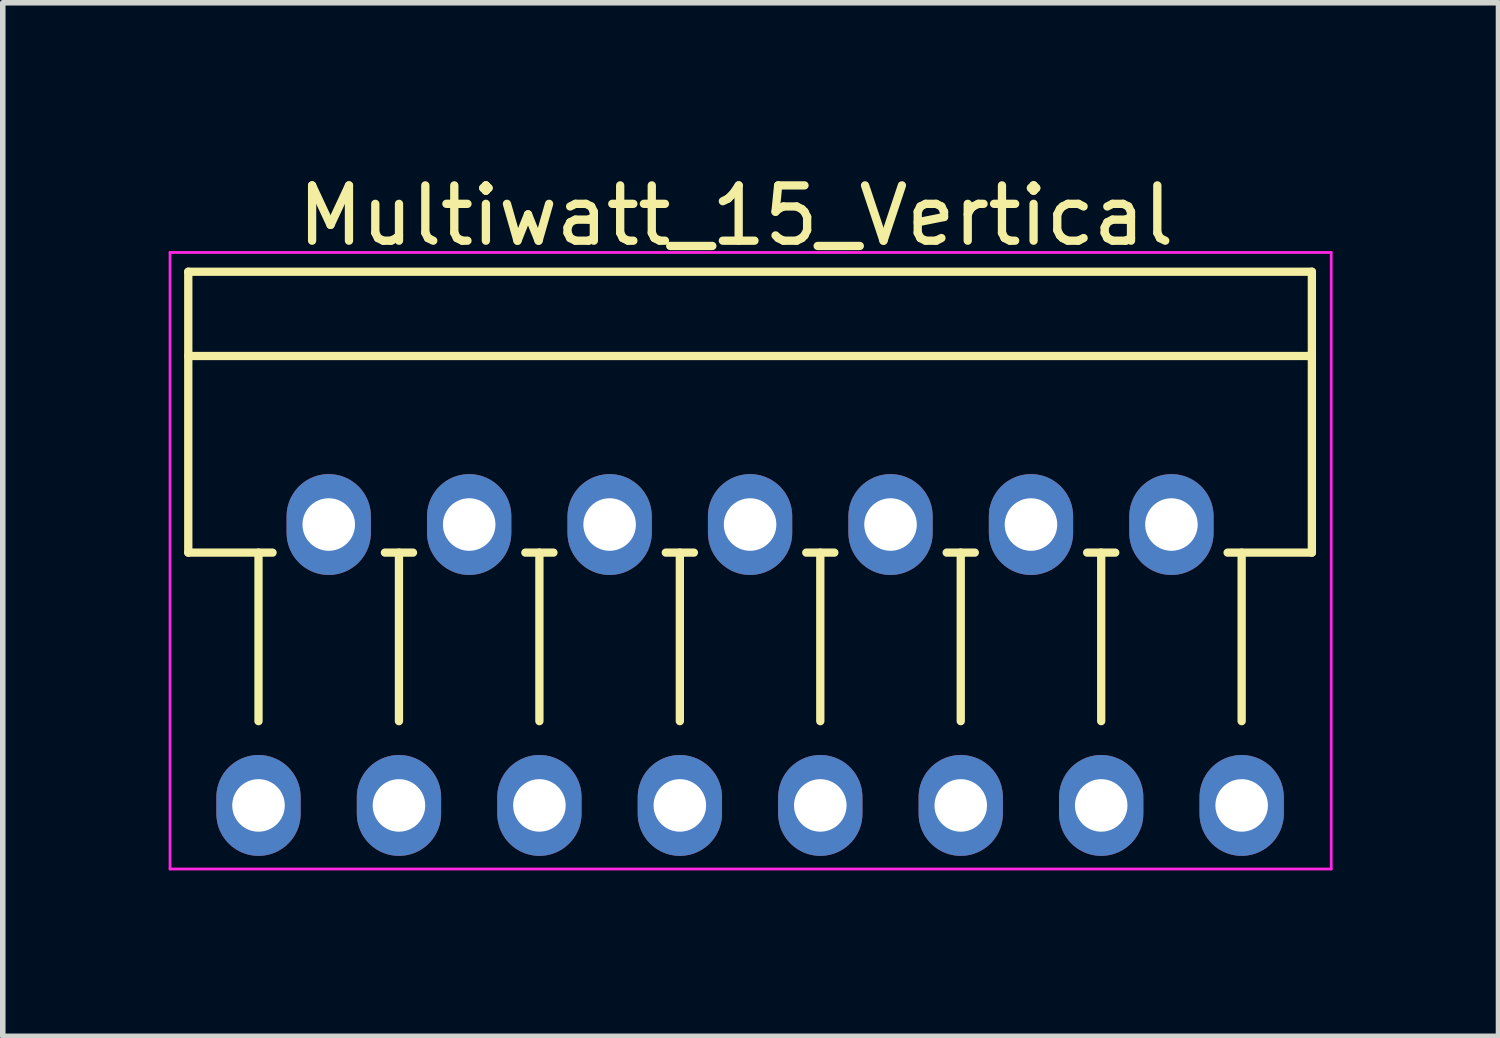
<source format=kicad_pcb>
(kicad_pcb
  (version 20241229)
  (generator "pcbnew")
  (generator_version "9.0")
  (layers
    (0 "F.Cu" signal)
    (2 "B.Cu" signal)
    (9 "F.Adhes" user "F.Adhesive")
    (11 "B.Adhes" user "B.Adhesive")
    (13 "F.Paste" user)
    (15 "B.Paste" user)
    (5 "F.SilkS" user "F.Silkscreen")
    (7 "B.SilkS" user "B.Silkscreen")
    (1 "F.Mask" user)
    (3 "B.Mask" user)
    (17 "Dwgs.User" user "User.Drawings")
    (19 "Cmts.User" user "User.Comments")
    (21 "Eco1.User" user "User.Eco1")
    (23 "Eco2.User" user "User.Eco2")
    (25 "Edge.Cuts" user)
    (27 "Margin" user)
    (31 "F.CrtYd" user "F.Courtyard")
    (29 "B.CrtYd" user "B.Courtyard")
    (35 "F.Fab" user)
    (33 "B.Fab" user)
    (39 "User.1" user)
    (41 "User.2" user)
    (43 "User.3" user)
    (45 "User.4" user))
  (footprint "Multiwatt_15_Vertical"
    (layer "F.Cu")
    (at 1.625 11.516)
    (property "Reference" "Multiwatt_15_Vertical" (at 8.636 -10.668 0) (layer "F.SilkS") (effects (font (size 1 1) (thickness 0.15))))
    (attr through_hole)
    (fp_line (start -1.27 -9.652) (end -1.27 -4.572) (stroke (width 0.15) (type solid)) (layer "F.SilkS"))
    (fp_line (start -1.27 -9.652) (end 19.05 -9.652) (stroke (width 0.15) (type solid)) (layer "F.SilkS"))
    (fp_line (start -1.27 -4.572) (end 0.254 -4.572) (stroke (width 0.15) (type solid)) (layer "F.SilkS"))
    (fp_line (start 0 -1.524) (end 0 -4.572) (stroke (width 0.15) (type solid)) (layer "F.SilkS"))
    (fp_line (start 2.54 -1.524) (end 2.54 -4.572) (stroke (width 0.15) (type solid)) (layer "F.SilkS"))
    (fp_line (start 2.794 -4.572) (end 2.286 -4.572) (stroke (width 0.15) (type solid)) (layer "F.SilkS"))
    (fp_line (start 5.08 -1.524) (end 5.08 -4.572) (stroke (width 0.15) (type solid)) (layer "F.SilkS"))
    (fp_line (start 5.334 -4.572) (end 4.826 -4.572) (stroke (width 0.15) (type solid)) (layer "F.SilkS"))
    (fp_line (start 7.62 -1.524) (end 7.62 -4.572) (stroke (width 0.15) (type solid)) (layer "F.SilkS"))
    (fp_line (start 7.874 -4.572) (end 7.366 -4.572) (stroke (width 0.15) (type solid)) (layer "F.SilkS"))
    (fp_line (start 10.16 -1.524) (end 10.16 -4.572) (stroke (width 0.15) (type solid)) (layer "F.SilkS"))
    (fp_line (start 10.414 -4.572) (end 9.906 -4.572) (stroke (width 0.15) (type solid)) (layer "F.SilkS"))
    (fp_line (start 12.7 -1.524) (end 12.7 -4.572) (stroke (width 0.15) (type solid)) (layer "F.SilkS"))
    (fp_line (start 12.954 -4.572) (end 12.446 -4.572) (stroke (width 0.15) (type solid)) (layer "F.SilkS"))
    (fp_line (start 15.24 -1.524) (end 15.24 -4.572) (stroke (width 0.15) (type solid)) (layer "F.SilkS"))
    (fp_line (start 15.494 -4.572) (end 14.986 -4.572) (stroke (width 0.15) (type solid)) (layer "F.SilkS"))
    (fp_line (start 17.78 -1.524) (end 17.78 -4.572) (stroke (width 0.15) (type solid)) (layer "F.SilkS"))
    (fp_line (start 19.05 -9.652) (end 19.05 -4.572) (stroke (width 0.15) (type solid)) (layer "F.SilkS"))
    (fp_line (start 19.05 -8.128) (end -1.27 -8.128) (stroke (width 0.15) (type solid)) (layer "F.SilkS"))
    (fp_line (start 19.05 -4.572) (end 17.526 -4.572) (stroke (width 0.15) (type solid)) (layer "F.SilkS"))
    (fp_line (start -1.6 -10) (end 19.4 -10) (stroke (width 0.05) (type solid)) (layer "F.CrtYd"))
    (fp_line (start -1.6 1.15) (end -1.6 -10) (stroke (width 0.05) (type solid)) (layer "F.CrtYd"))
    (fp_line (start 19.4 -10) (end 19.4 1.15) (stroke (width 0.05) (type solid)) (layer "F.CrtYd"))
    (fp_line (start 19.4 1.15) (end -1.6 1.15) (stroke (width 0.05) (type solid)) (layer "F.CrtYd"))
    (pad "1" thru_hole oval (at 0 0) (size 1.524 1.824) (drill 0.95) (layers "*.Cu" "*.Mask"))
    (pad "2" thru_hole oval (at 1.27 -5.08) (size 1.524 1.824) (drill 0.95) (layers "*.Cu" "*.Mask"))
    (pad "3" thru_hole oval (at 2.54 0) (size 1.524 1.824) (drill 0.95) (layers "*.Cu" "*.Mask"))
    (pad "4" thru_hole oval (at 3.81 -5.08) (size 1.524 1.824) (drill 0.95) (layers "*.Cu" "*.Mask"))
    (pad "5" thru_hole oval (at 5.08 0) (size 1.524 1.824) (drill 0.95) (layers "*.Cu" "*.Mask"))
    (pad "6" thru_hole oval (at 6.35 -5.08) (size 1.524 1.824) (drill 0.95) (layers "*.Cu" "*.Mask"))
    (pad "7" thru_hole oval (at 7.62 0) (size 1.524 1.824) (drill 0.95) (layers "*.Cu" "*.Mask"))
    (pad "8" thru_hole oval (at 8.89 -5.08) (size 1.524 1.824) (drill 0.95) (layers "*.Cu" "*.Mask"))
    (pad "9" thru_hole oval (at 10.16 0) (size 1.524 1.824) (drill 0.95) (layers "*.Cu" "*.Mask"))
    (pad "10" thru_hole oval (at 11.43 -5.08) (size 1.524 1.824) (drill 0.95) (layers "*.Cu" "*.Mask"))
    (pad "11" thru_hole oval (at 12.7 0) (size 1.524 1.824) (drill 0.95) (layers "*.Cu" "*.Mask"))
    (pad "12" thru_hole oval (at 13.97 -5.08) (size 1.524 1.824) (drill 0.95) (layers "*.Cu" "*.Mask"))
    (pad "13" thru_hole oval (at 15.24 0) (size 1.524 1.824) (drill 0.95) (layers "*.Cu" "*.Mask"))
    (pad "14" thru_hole oval (at 16.51 -5.08) (size 1.524 1.824) (drill 0.95) (layers "*.Cu" "*.Mask"))
    (pad "15" thru_hole oval (at 17.78 0) (size 1.524 1.824) (drill 0.95) (layers "*.Cu" "*.Mask")))
  (gr_rect
    (start -3 -3)
    (end 24.05 15.691)
    (stroke (width 0.1) (type default))
    (fill no)
    (layer "Edge.Cuts")))
</source>
